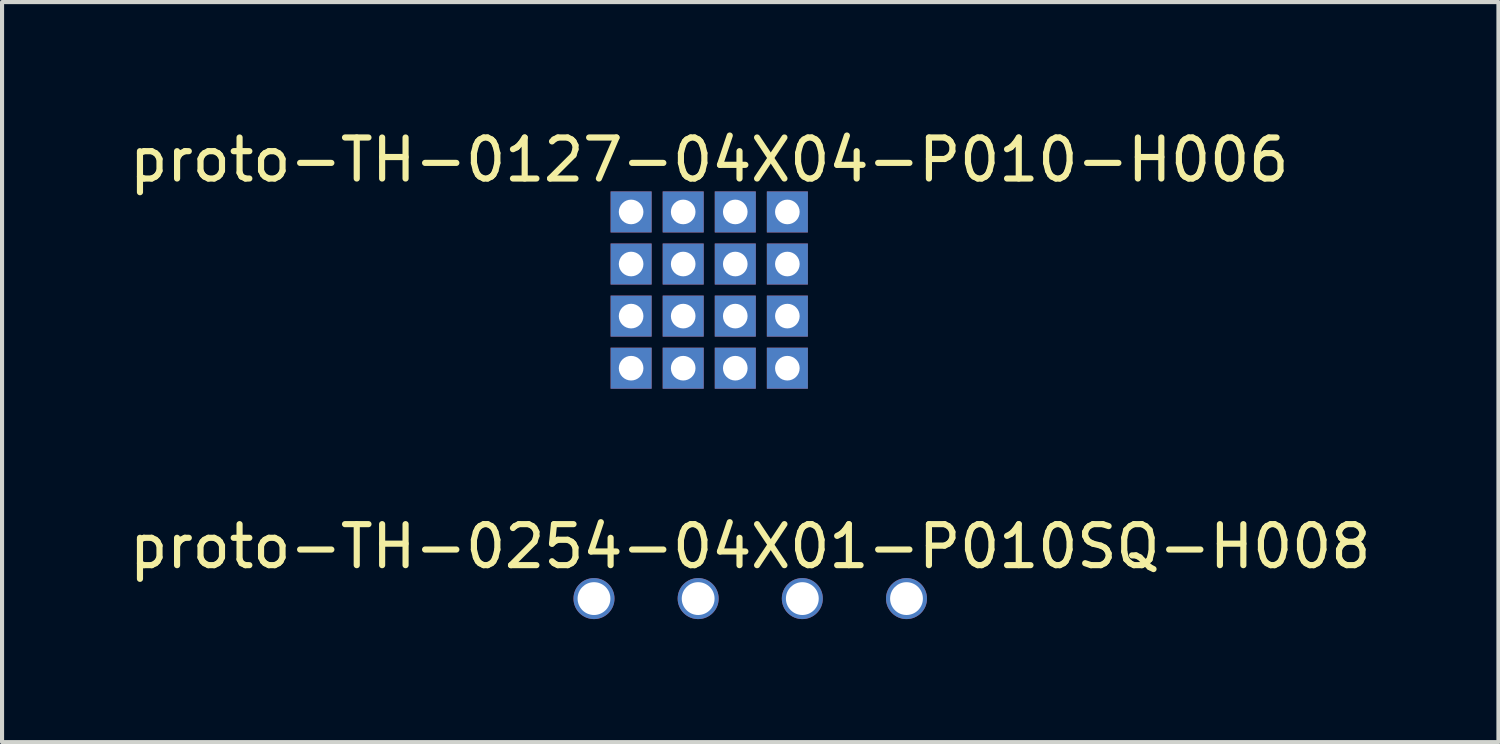
<source format=kicad_pcb>
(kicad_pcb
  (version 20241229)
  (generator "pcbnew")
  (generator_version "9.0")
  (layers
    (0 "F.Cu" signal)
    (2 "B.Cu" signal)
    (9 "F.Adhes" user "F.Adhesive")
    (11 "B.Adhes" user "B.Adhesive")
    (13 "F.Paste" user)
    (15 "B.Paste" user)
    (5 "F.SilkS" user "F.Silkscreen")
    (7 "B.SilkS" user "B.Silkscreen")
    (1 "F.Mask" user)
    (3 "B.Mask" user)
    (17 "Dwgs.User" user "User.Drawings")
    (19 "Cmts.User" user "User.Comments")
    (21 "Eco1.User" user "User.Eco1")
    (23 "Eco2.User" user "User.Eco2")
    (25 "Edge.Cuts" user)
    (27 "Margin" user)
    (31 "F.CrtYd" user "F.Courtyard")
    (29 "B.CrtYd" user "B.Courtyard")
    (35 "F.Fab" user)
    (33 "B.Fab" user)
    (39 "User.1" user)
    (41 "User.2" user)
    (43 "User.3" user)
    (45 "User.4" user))
  (footprint "proto-TH-0254-04X01-P010SQ-H008"
    (layer "F.Cu")
    (at 15.244 11.546)
    (property "Reference" "proto-TH-0254-04X01-P010SQ-H008" (at 0 -1.27 0) (layer "F.SilkS") (effects (font (size 1 1) (thickness 0.15))))
    (attr through_hole)
    (pad "1" thru_hole circle (at -3.81 0) (size 1 1) (drill 0.8) (layers "*.Cu" "*.Mask"))
    (pad "2" thru_hole circle (at -1.27 0) (size 1 1) (drill 0.8) (layers "*.Cu" "*.Mask"))
    (pad "3" thru_hole circle (at 1.27 0) (size 1 1) (drill 0.8) (layers "*.Cu" "*.Mask"))
    (pad "4" thru_hole circle (at 3.81 0) (size 1 1) (drill 0.8) (layers "*.Cu" "*.Mask")))
  (footprint "proto-TH-0127-04X04-P010-H006"
    (layer "F.Cu")
    (at 14.244 4.023)
    (property "Reference" "proto-TH-0127-04X04-P010-H006" (at 0 -3.175 0) (layer "F.SilkS") (effects (font (size 1 1) (thickness 0.15))))
    (attr through_hole)
    (pad "NC" thru_hole rect (at -1.905 -1.905) (size 1 1) (drill 0.6) (layers "*.Cu" "*.Mask"))
    (pad "NC" thru_hole rect (at -1.905 -0.635) (size 1 1) (drill 0.6) (layers "*.Cu" "*.Mask"))
    (pad "NC" thru_hole rect (at -1.905 0.635) (size 1 1) (drill 0.6) (layers "*.Cu" "*.Mask"))
    (pad "NC" thru_hole rect (at -1.905 1.905) (size 1 1) (drill 0.6) (layers "*.Cu" "*.Mask"))
    (pad "NC" thru_hole rect (at -0.635 -1.905) (size 1 1) (drill 0.6) (layers "*.Cu" "*.Mask"))
    (pad "NC" thru_hole rect (at -0.635 -0.635) (size 1 1) (drill 0.6) (layers "*.Cu" "*.Mask"))
    (pad "NC" thru_hole rect (at -0.635 0.635) (size 1 1) (drill 0.6) (layers "*.Cu" "*.Mask"))
    (pad "NC" thru_hole rect (at -0.635 1.905) (size 1 1) (drill 0.6) (layers "*.Cu" "*.Mask"))
    (pad "NC" thru_hole rect (at 0.635 -1.905) (size 1 1) (drill 0.6) (layers "*.Cu" "*.Mask"))
    (pad "NC" thru_hole rect (at 0.635 -0.635) (size 1 1) (drill 0.6) (layers "*.Cu" "*.Mask"))
    (pad "NC" thru_hole rect (at 0.635 0.635) (size 1 1) (drill 0.6) (layers "*.Cu" "*.Mask"))
    (pad "NC" thru_hole rect (at 0.635 1.905) (size 1 1) (drill 0.6) (layers "*.Cu" "*.Mask"))
    (pad "NC" thru_hole rect (at 1.905 -1.905) (size 1 1) (drill 0.6) (layers "*.Cu" "*.Mask"))
    (pad "NC" thru_hole rect (at 1.905 -0.635) (size 1 1) (drill 0.6) (layers "*.Cu" "*.Mask"))
    (pad "NC" thru_hole rect (at 1.905 0.635) (size 1 1) (drill 0.6) (layers "*.Cu" "*.Mask"))
    (pad "NC" thru_hole rect (at 1.905 1.905) (size 1 1) (drill 0.6) (layers "*.Cu" "*.Mask")))
  (gr_rect
    (start -3 -3)
    (end 33.488 15.046)
    (stroke (width 0.1) (type default))
    (fill no)
    (layer "Edge.Cuts")))
</source>
